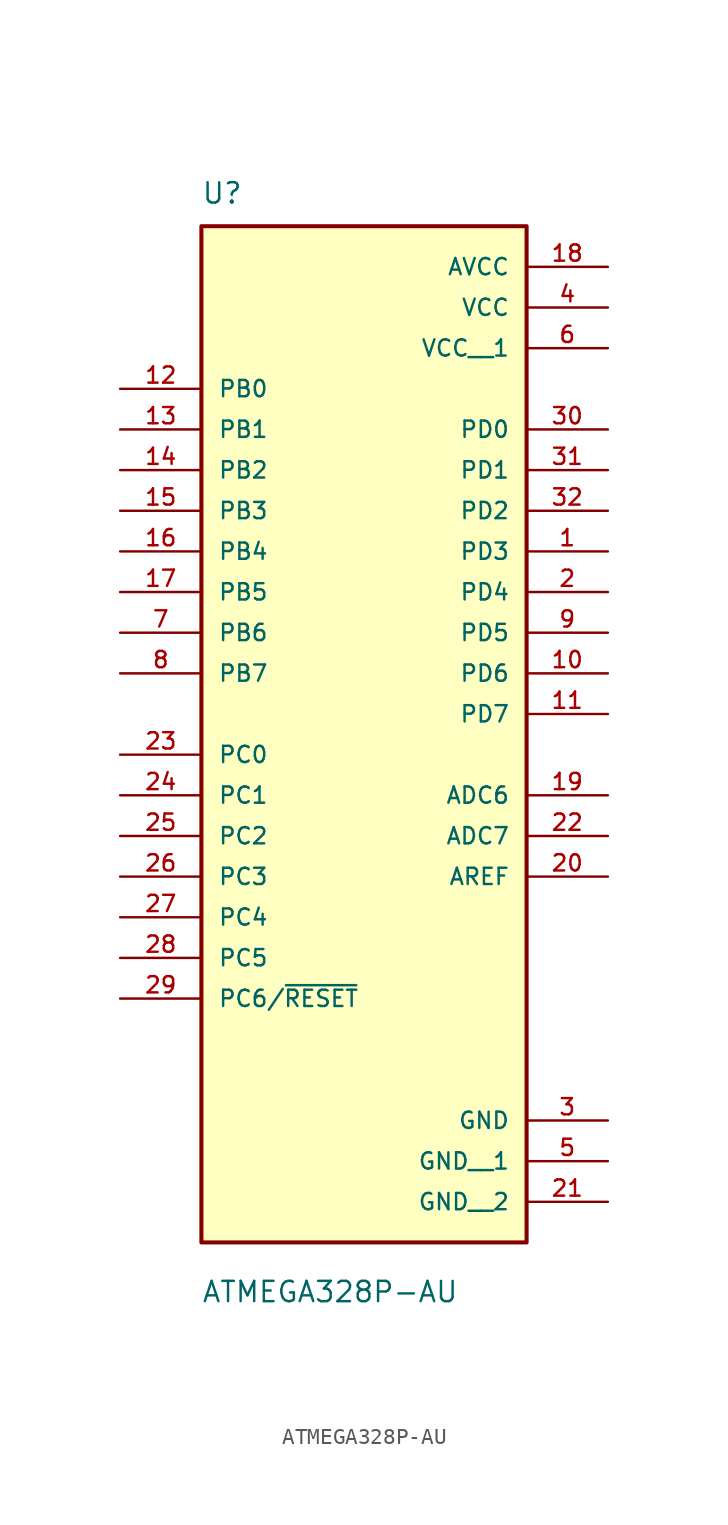
<source format=kicad_sym>
(kicad_symbol_lib
  (version 20211014)
  (generator kicad_symbol_editor)
  (symbol "ATMEGA328P-AU"
    (pin_names
      (offset 1.016))
    (property "Reference" "U"
      (at -10.175 29.255 0)
      (effects (font (size 1.27 1.27)) (justify bottom left)))
    (property "Value" "ATMEGA328P-AU"
      (at -10.167 -39.391 0)
      (effects (font (size 1.27 1.27)) (justify bottom left)))
    (symbol "ATMEGA328P-AU_0_0"
      (rectangle (start -10.16 -35.56) (end 10.16 27.94) (stroke (width 0.254)) (fill (type background)))
      (pin power_in line (at 15.24 22.86 180.0) (length 5.08) (name "VCC" (effects (font (size 1.016 1.016)))) (number "4" (effects (font (size 1.016 1.016)))))
      (pin power_in line (at 15.24 -27.94 180.0) (length 5.08) (name "GND" (effects (font (size 1.016 1.016)))) (number "3" (effects (font (size 1.016 1.016)))))
      (pin bidirectional line (at -15.24 17.78 0) (length 5.08) (name "PB0" (effects (font (size 1.016 1.016)))) (number "12" (effects (font (size 1.016 1.016)))))
      (pin bidirectional line (at -15.24 15.24 0) (length 5.08) (name "PB1" (effects (font (size 1.016 1.016)))) (number "13" (effects (font (size 1.016 1.016)))))
      (pin bidirectional line (at -15.24 12.7 0) (length 5.08) (name "PB2" (effects (font (size 1.016 1.016)))) (number "14" (effects (font (size 1.016 1.016)))))
      (pin bidirectional line (at -15.24 10.16 0) (length 5.08) (name "PB3" (effects (font (size 1.016 1.016)))) (number "15" (effects (font (size 1.016 1.016)))))
      (pin bidirectional line (at -15.24 7.62 0) (length 5.08) (name "PB4" (effects (font (size 1.016 1.016)))) (number "16" (effects (font (size 1.016 1.016)))))
      (pin bidirectional line (at -15.24 5.08 0) (length 5.08) (name "PB5" (effects (font (size 1.016 1.016)))) (number "17" (effects (font (size 1.016 1.016)))))
      (pin bidirectional line (at -15.24 2.54 0) (length 5.08) (name "PB6" (effects (font (size 1.016 1.016)))) (number "7" (effects (font (size 1.016 1.016)))))
      (pin bidirectional line (at -15.24 0.0 0) (length 5.08) (name "PB7" (effects (font (size 1.016 1.016)))) (number "8" (effects (font (size 1.016 1.016)))))
      (pin bidirectional line (at -15.24 -5.08 0) (length 5.08) (name "PC0" (effects (font (size 1.016 1.016)))) (number "23" (effects (font (size 1.016 1.016)))))
      (pin bidirectional line (at -15.24 -7.62 0) (length 5.08) (name "PC1" (effects (font (size 1.016 1.016)))) (number "24" (effects (font (size 1.016 1.016)))))
      (pin bidirectional line (at -15.24 -10.16 0) (length 5.08) (name "PC2" (effects (font (size 1.016 1.016)))) (number "25" (effects (font (size 1.016 1.016)))))
      (pin bidirectional line (at -15.24 -12.7 0) (length 5.08) (name "PC3" (effects (font (size 1.016 1.016)))) (number "26" (effects (font (size 1.016 1.016)))))
      (pin bidirectional line (at -15.24 -15.24 0) (length 5.08) (name "PC4" (effects (font (size 1.016 1.016)))) (number "27" (effects (font (size 1.016 1.016)))))
      (pin bidirectional line (at -15.24 -17.78 0) (length 5.08) (name "PC5" (effects (font (size 1.016 1.016)))) (number "28" (effects (font (size 1.016 1.016)))))
      (pin bidirectional line (at -15.24 -20.32 0) (length 5.08) (name "PC6/~{RESET}" (effects (font (size 1.016 1.016)))) (number "29" (effects (font (size 1.016 1.016)))))
      (pin bidirectional line (at 15.24 15.24 180.0) (length 5.08) (name "PD0" (effects (font (size 1.016 1.016)))) (number "30" (effects (font (size 1.016 1.016)))))
      (pin bidirectional line (at 15.24 12.7 180.0) (length 5.08) (name "PD1" (effects (font (size 1.016 1.016)))) (number "31" (effects (font (size 1.016 1.016)))))
      (pin bidirectional line (at 15.24 10.16 180.0) (length 5.08) (name "PD2" (effects (font (size 1.016 1.016)))) (number "32" (effects (font (size 1.016 1.016)))))
      (pin bidirectional line (at 15.24 7.62 180.0) (length 5.08) (name "PD3" (effects (font (size 1.016 1.016)))) (number "1" (effects (font (size 1.016 1.016)))))
      (pin bidirectional line (at 15.24 5.08 180.0) (length 5.08) (name "PD4" (effects (font (size 1.016 1.016)))) (number "2" (effects (font (size 1.016 1.016)))))
      (pin bidirectional line (at 15.24 2.54 180.0) (length 5.08) (name "PD5" (effects (font (size 1.016 1.016)))) (number "9" (effects (font (size 1.016 1.016)))))
      (pin bidirectional line (at 15.24 0.0 180.0) (length 5.08) (name "PD6" (effects (font (size 1.016 1.016)))) (number "10" (effects (font (size 1.016 1.016)))))
      (pin bidirectional line (at 15.24 -2.54 180.0) (length 5.08) (name "PD7" (effects (font (size 1.016 1.016)))) (number "11" (effects (font (size 1.016 1.016)))))
      (pin input line (at 15.24 -12.7 180.0) (length 5.08) (name "AREF" (effects (font (size 1.016 1.016)))) (number "20" (effects (font (size 1.016 1.016)))))
      (pin power_in line (at 15.24 25.4 180.0) (length 5.08) (name "AVCC" (effects (font (size 1.016 1.016)))) (number "18" (effects (font (size 1.016 1.016)))))
      (pin bidirectional line (at 15.24 -7.62 180.0) (length 5.08) (name "ADC6" (effects (font (size 1.016 1.016)))) (number "19" (effects (font (size 1.016 1.016)))))
      (pin bidirectional line (at 15.24 -10.16 180.0) (length 5.08) (name "ADC7" (effects (font (size 1.016 1.016)))) (number "22" (effects (font (size 1.016 1.016)))))
      (pin power_in line (at 15.24 20.32 180.0) (length 5.08) (name "VCC__1" (effects (font (size 1.016 1.016)))) (number "6" (effects (font (size 1.016 1.016)))))
      (pin power_in line (at 15.24 -30.48 180.0) (length 5.08) (name "GND__1" (effects (font (size 1.016 1.016)))) (number "5" (effects (font (size 1.016 1.016)))))
      (pin power_in line (at 15.24 -33.02 180.0) (length 5.08) (name "GND__2" (effects (font (size 1.016 1.016)))) (number "21" (effects (font (size 1.016 1.016))))))))
</source>
